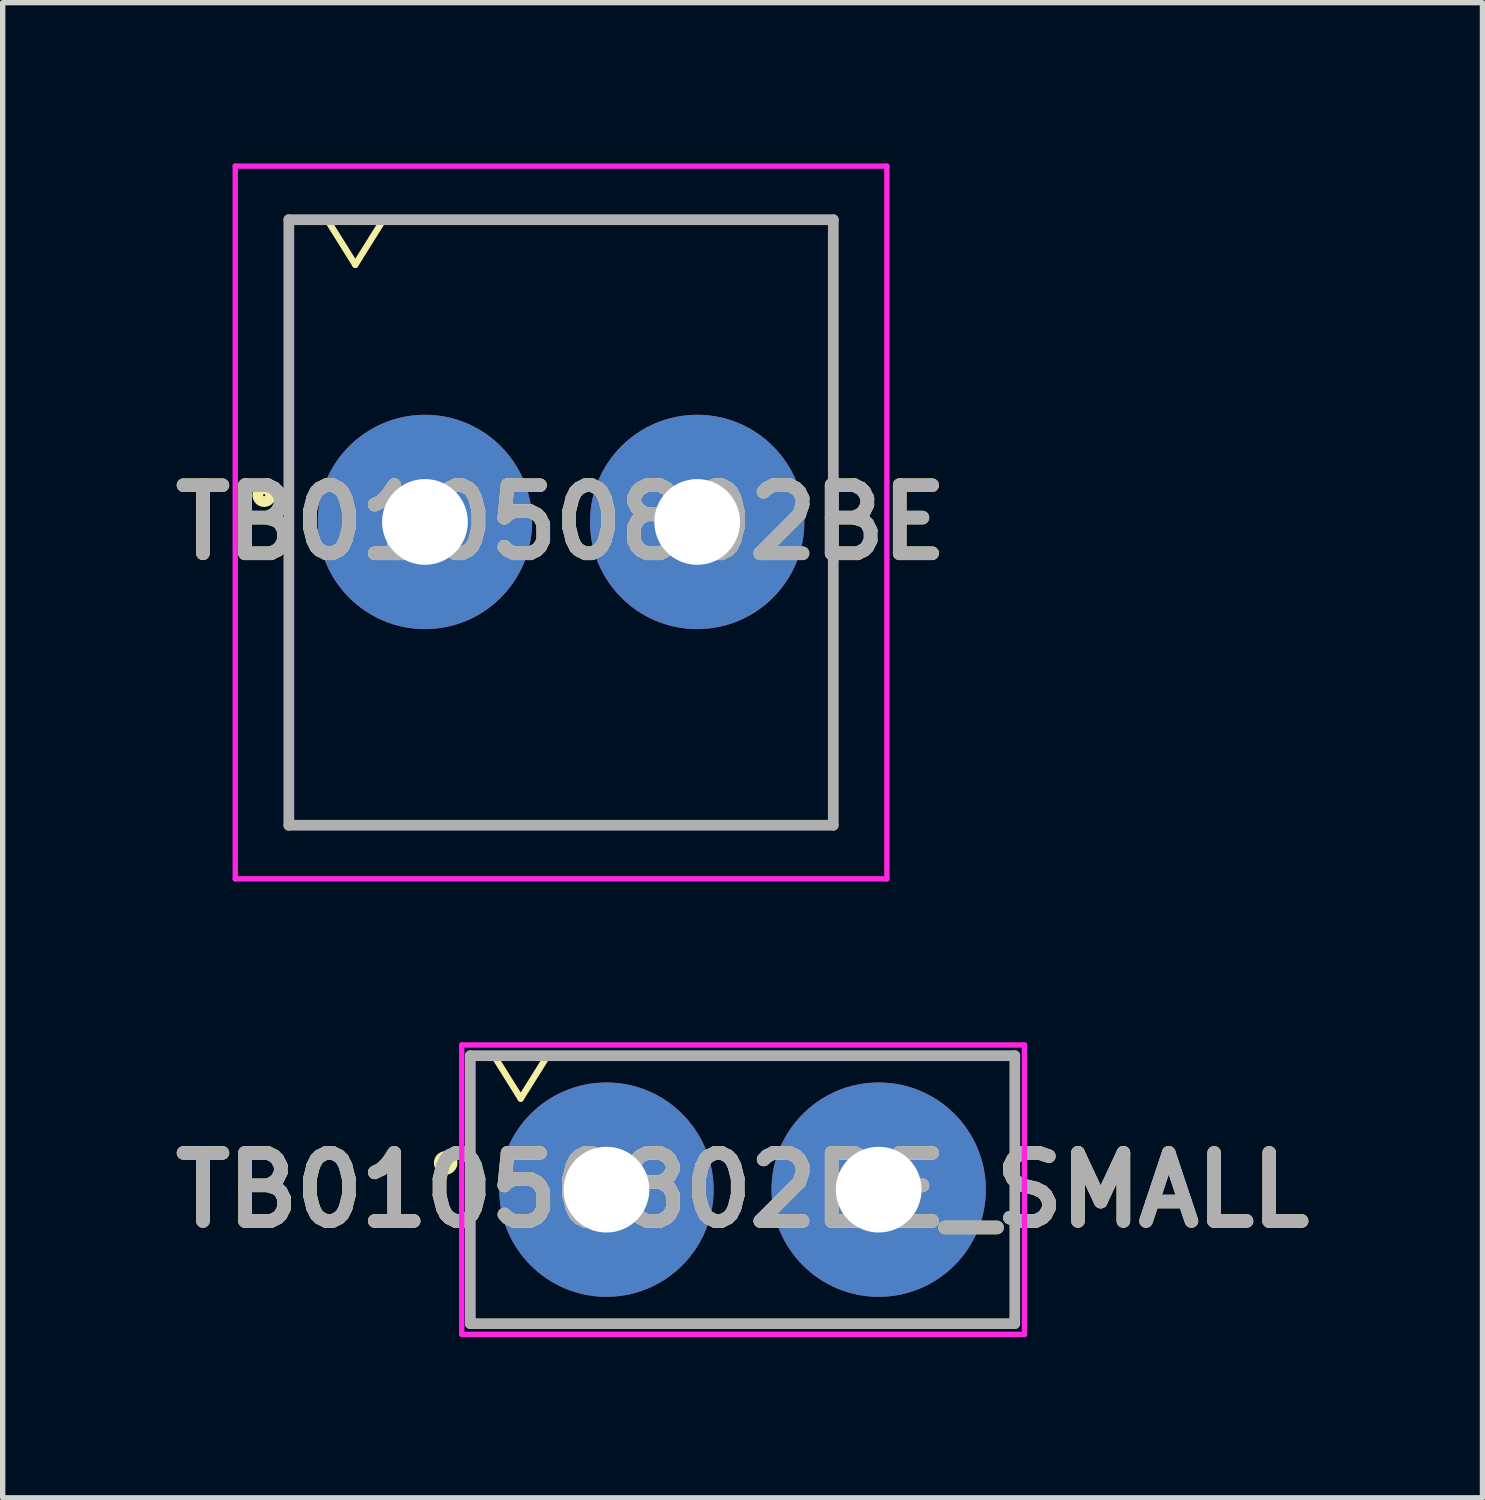
<source format=kicad_pcb>
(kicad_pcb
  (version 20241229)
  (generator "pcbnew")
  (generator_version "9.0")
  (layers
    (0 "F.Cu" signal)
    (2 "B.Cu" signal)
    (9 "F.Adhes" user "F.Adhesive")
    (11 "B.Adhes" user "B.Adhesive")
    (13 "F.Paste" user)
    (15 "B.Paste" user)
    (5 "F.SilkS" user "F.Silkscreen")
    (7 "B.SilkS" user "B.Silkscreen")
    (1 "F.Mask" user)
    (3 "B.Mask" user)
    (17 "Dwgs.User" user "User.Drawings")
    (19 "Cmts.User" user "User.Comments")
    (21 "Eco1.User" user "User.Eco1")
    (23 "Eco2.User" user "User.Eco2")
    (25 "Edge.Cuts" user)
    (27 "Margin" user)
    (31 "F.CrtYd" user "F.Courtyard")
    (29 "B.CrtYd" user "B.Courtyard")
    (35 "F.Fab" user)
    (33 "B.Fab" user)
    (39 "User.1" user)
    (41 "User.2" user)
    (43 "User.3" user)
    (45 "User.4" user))
  (footprint "TB01050802BE_SMALL"
    (layer "F.Cu")
    (at 8.267 19.15)
    (property "Reference" "TB01050802BE_SMALL" (at 2.54 0.01 0) (layer "F.SilkS") (effects (font (size 1.27 1.27) (thickness 0.254))))
    (attr through_hole)
    (fp_line (start -2.54 -2.5) (end 7.62 -2.5) (stroke (width 0.1) (type solid)) (layer "F.SilkS"))
    (fp_line (start -2.54 2.5) (end -2.54 -2.5) (stroke (width 0.1) (type solid)) (layer "F.SilkS"))
    (fp_line (start -2.1 -2.5) (end -1.6 -1.7) (stroke (width 0.12) (type solid)) (layer "F.SilkS"))
    (fp_line (start -1.6 -1.7) (end -1.1 -2.5) (stroke (width 0.12) (type solid)) (layer "F.SilkS"))
    (fp_line (start 7.62 -2.5) (end 7.62 2.5) (stroke (width 0.1) (type solid)) (layer "F.SilkS"))
    (fp_line (start 7.62 2.5) (end -2.54 2.5) (stroke (width 0.1) (type solid)) (layer "F.SilkS"))
    (fp_circle (center -3 -0.5) (end -2.88 -0.5) (stroke (width 0.2) (type solid)) (fill no) (layer "F.SilkS"))
    (fp_line (start -2.7 -2.7) (end 7.8 -2.7) (stroke (width 0.1) (type solid)) (layer "F.CrtYd"))
    (fp_line (start -2.7 2.7) (end -2.7 -2.7) (stroke (width 0.1) (type solid)) (layer "F.CrtYd"))
    (fp_line (start 7.8 -2.7) (end 7.8 2.7) (stroke (width 0.1) (type solid)) (layer "F.CrtYd"))
    (fp_line (start 7.8 2.7) (end -2.7 2.7) (stroke (width 0.1) (type solid)) (layer "F.CrtYd"))
    (fp_line (start -2.54 -2.5) (end 7.62 -2.5) (stroke (width 0.2) (type solid)) (layer "F.Fab"))
    (fp_line (start -2.54 2.5) (end -2.54 -2.5) (stroke (width 0.2) (type solid)) (layer "F.Fab"))
    (fp_line (start 7.62 -2.5) (end 7.62 2.5) (stroke (width 0.2) (type solid)) (layer "F.Fab"))
    (fp_line (start 7.62 2.5) (end -2.54 2.5) (stroke (width 0.2) (type solid)) (layer "F.Fab"))
    (fp_text user "${REFERENCE}" (at 2.54 0.01 0) (layer "F.Fab") (effects (font (size 1.27 1.27) (thickness 0.254))))
    (pad "1" thru_hole circle (at 0 0) (size 4 4) (drill 1.6) (layers "*.Cu" "*.Mask"))
    (pad "2" thru_hole circle (at 5.08 0) (size 4 4) (drill 1.6) (layers "*.Cu" "*.Mask")))
  (footprint "TB01050802BE"
    (layer "F.Cu")
    (at 4.88 6.69)
    (property "Reference" "TB01050802BE" (at 2.54 0.01 0) (layer "F.SilkS") (effects (font (size 1.27 1.27) (thickness 0.254))))
    (attr through_hole)
    (fp_line (start -2.54 -5.64) (end 7.62 -5.64) (stroke (width 0.1) (type solid)) (layer "F.SilkS"))
    (fp_line (start -2.54 5.66) (end -2.54 -5.64) (stroke (width 0.1) (type solid)) (layer "F.SilkS"))
    (fp_line (start -1.8 -5.6) (end -1.3 -4.8) (stroke (width 0.12) (type solid)) (layer "F.SilkS"))
    (fp_line (start -1.3 -4.8) (end -0.8 -5.6) (stroke (width 0.12) (type solid)) (layer "F.SilkS"))
    (fp_line (start 7.62 -5.64) (end 7.62 5.66) (stroke (width 0.1) (type solid)) (layer "F.SilkS"))
    (fp_line (start 7.62 5.66) (end -2.54 5.66) (stroke (width 0.1) (type solid)) (layer "F.SilkS"))
    (fp_circle (center -3 -0.5) (end -2.88 -0.5) (stroke (width 0.2) (type solid)) (fill no) (layer "F.SilkS"))
    (fp_line (start -3.54 -6.64) (end 8.62 -6.64) (stroke (width 0.1) (type solid)) (layer "F.CrtYd"))
    (fp_line (start -3.54 6.66) (end -3.54 -6.64) (stroke (width 0.1) (type solid)) (layer "F.CrtYd"))
    (fp_line (start 8.62 -6.64) (end 8.62 6.66) (stroke (width 0.1) (type solid)) (layer "F.CrtYd"))
    (fp_line (start 8.62 6.66) (end -3.54 6.66) (stroke (width 0.1) (type solid)) (layer "F.CrtYd"))
    (fp_line (start -2.54 -5.64) (end 7.62 -5.64) (stroke (width 0.2) (type solid)) (layer "F.Fab"))
    (fp_line (start -2.54 5.66) (end -2.54 -5.64) (stroke (width 0.2) (type solid)) (layer "F.Fab"))
    (fp_line (start 7.62 -5.64) (end 7.62 5.66) (stroke (width 0.2) (type solid)) (layer "F.Fab"))
    (fp_line (start 7.62 5.66) (end -2.54 5.66) (stroke (width 0.2) (type solid)) (layer "F.Fab"))
    (fp_text user "${REFERENCE}" (at 2.54 0.01 0) (layer "F.Fab") (effects (font (size 1.27 1.27) (thickness 0.254))))
    (pad "1" thru_hole circle (at 0 0) (size 4 4) (drill 1.6) (layers "*.Cu" "*.Mask"))
    (pad "2" thru_hole circle (at 5.08 0) (size 4 4) (drill 1.6) (layers "*.Cu" "*.Mask")))
  (gr_rect
    (start -3 -3)
    (end 24.614 24.9)
    (stroke (width 0.1) (type default))
    (fill no)
    (layer "Edge.Cuts")))
</source>
